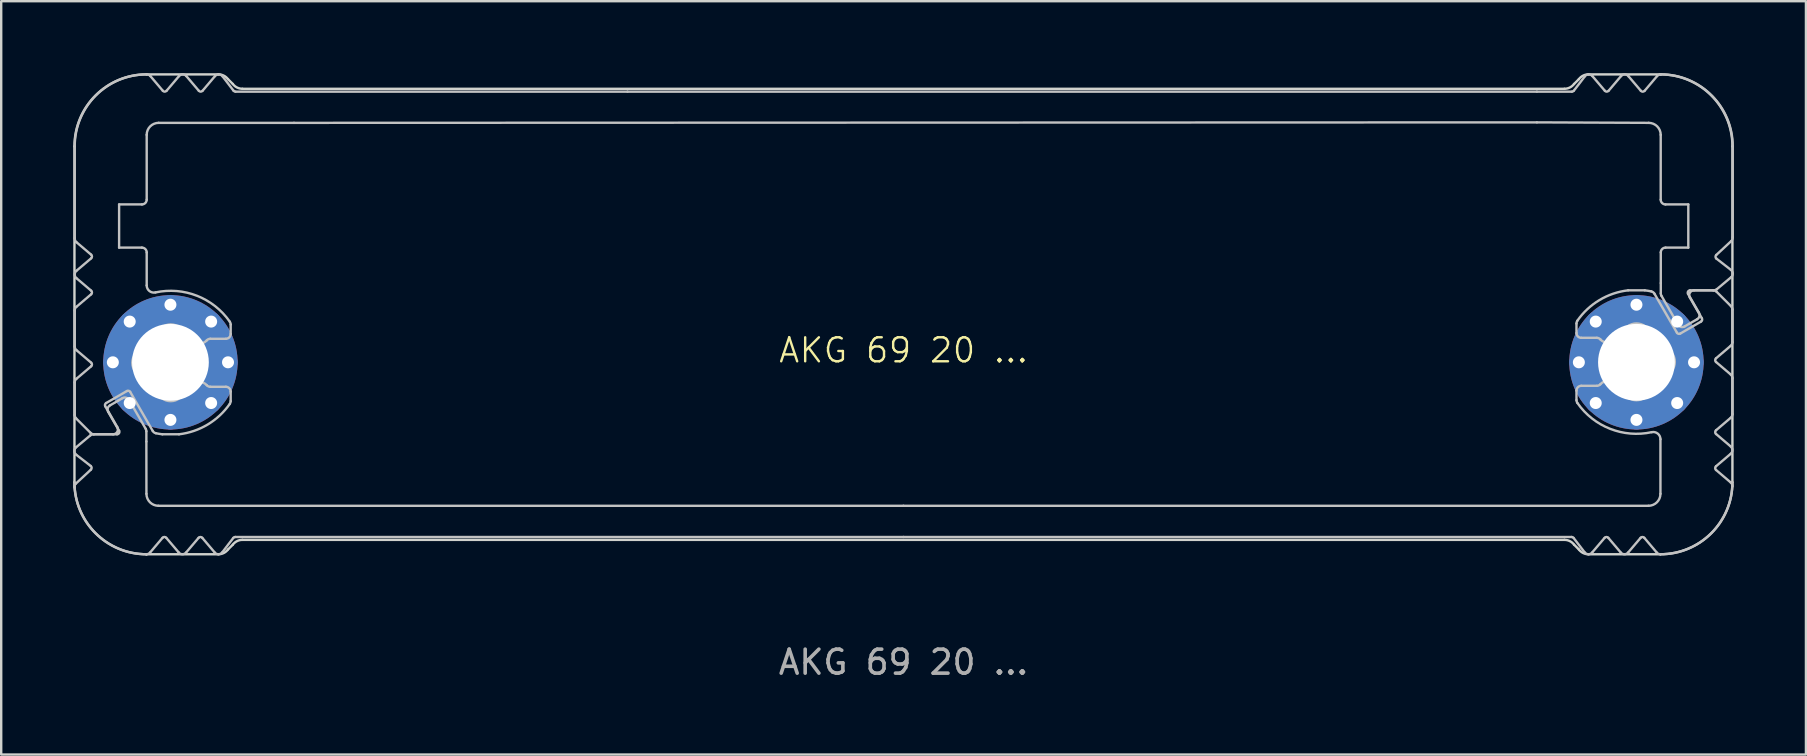
<source format=kicad_pcb>
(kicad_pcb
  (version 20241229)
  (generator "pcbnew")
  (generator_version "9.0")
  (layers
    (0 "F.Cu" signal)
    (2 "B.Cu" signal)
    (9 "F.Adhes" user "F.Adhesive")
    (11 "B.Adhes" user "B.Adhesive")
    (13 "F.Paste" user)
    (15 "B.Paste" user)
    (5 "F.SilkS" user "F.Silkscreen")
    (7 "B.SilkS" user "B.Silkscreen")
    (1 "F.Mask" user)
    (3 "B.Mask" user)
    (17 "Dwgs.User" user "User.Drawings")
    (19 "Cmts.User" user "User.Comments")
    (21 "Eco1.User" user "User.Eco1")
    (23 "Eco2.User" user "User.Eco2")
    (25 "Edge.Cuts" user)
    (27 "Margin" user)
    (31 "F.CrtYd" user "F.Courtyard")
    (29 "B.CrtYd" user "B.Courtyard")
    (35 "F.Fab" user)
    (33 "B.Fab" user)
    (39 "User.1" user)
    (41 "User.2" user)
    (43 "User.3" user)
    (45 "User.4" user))
  (footprint "AKG 69 20 ..."
    (layer "F.Cu")
    (at 34.603 12.05)
    (property "Reference" "AKG 69 20 ..." (at 0 -0.5 0) (unlocked yes) (layer "F.SilkS") (effects (font (size 1 1) (thickness 0.1))))
    (attr exclude_from_pos_files dnp)
    (fp_rect (start -27.096 -11.3) (end 26.604 -10) (stroke (width 0.1) (type solid)) (fill yes) (layer "B.Mask"))
    (fp_rect (start -26.596 6) (end 25.604 7.3) (stroke (width 0.1) (type solid)) (fill yes) (layer "B.Mask"))
    (fp_poly (pts (xy -27.896 -11.3) (xy -26.996 -11.3) (xy -26.996 -10) (xy -31.496 -10) (xy -31.496 -12) (xy -30.796 -11.2) (xy -30.046 -12) (xy -29.296 -11.2) (xy -28.546 -12)) (stroke (width 0.1) (type solid)) (fill yes) (layer "B.Mask"))
    (fp_poly (pts (xy -27.896 7.3) (xy -26.496 7.3) (xy -26.496 6) (xy -31.496 6) (xy -31.496 8) (xy -30.796 7.2) (xy -30.046 8) (xy -29.296 7.2) (xy -28.546 8)) (stroke (width 0.1) (type solid)) (fill yes) (layer "B.Mask"))
    (fp_poly (pts (xy 27.904 -11.3) (xy 26.504 -11.3) (xy 26.504 -10) (xy 31.504 -10) (xy 31.504 -12) (xy 30.804 -11.2) (xy 30.054 -12) (xy 29.304 -11.2) (xy 28.554 -12)) (stroke (width 0.1) (type solid)) (fill yes) (layer "B.Mask"))
    (fp_poly (pts (xy 27.904 7.3) (xy 25.504 7.3) (xy 25.504 6) (xy 31.504 6) (xy 31.504 8) (xy 30.804 7.2) (xy 30.054 8) (xy 29.304 7.2) (xy 28.554 8)) (stroke (width 0.1) (type solid)) (fill yes) (layer "B.Mask"))
    (fp_poly (pts (xy -31.596 6.7) (xy -31.596 4.7) (xy -31.596 0.1) (xy -33.696 0.1) (xy -34.496 0.8) (xy -34.496 2.2) (xy -33.696 3) (xy -34.496 3.7) (xy -33.696 4.4) (xy -34.496 5.1) (xy -34.496 8) (xy -31.596 8)) (stroke (width 0.1) (type solid)) (fill yes) (layer "B.Mask"))
    (fp_poly (pts (xy 31.604 6.7) (xy 31.604 4.7) (xy 31.604 -0.1) (xy 33.704 -0.1) (xy 34.504 0.6) (xy 34.504 2.2) (xy 33.604 2.9) (xy 34.504 3.7) (xy 33.704 4.4) (xy 34.504 5.1) (xy 34.504 8) (xy 31.604 8)) (stroke (width 0.1) (type solid)) (fill yes) (layer "B.Mask"))
    (fp_poly (pts (xy -31.596 -6.7) (xy -32.696 -6.7) (xy -32.696 -4.7) (xy -31.596 -4.7) (xy -31.596 0.1) (xy -33.696 0.1) (xy -34.496 -0.6) (xy -34.496 -2.2) (xy -33.596 -2.9) (xy -34.496 -3.7) (xy -33.696 -4.4) (xy -34.496 -5.1) (xy -34.496 -12) (xy -31.596 -12)) (stroke (width 0.1) (type solid)) (fill yes) (layer "B.Mask"))
    (fp_poly (pts (xy 31.604 -6.7) (xy 32.704 -6.7) (xy 32.704 -4.7) (xy 31.604 -4.7) (xy 31.604 -0.1) (xy 33.704 -0.1) (xy 34.504 -0.8) (xy 34.504 -2.2) (xy 33.704 -3) (xy 34.504 -3.7) (xy 33.704 -4.4) (xy 34.504 -5.1) (xy 34.504 -12) (xy 31.604 -12)) (stroke (width 0.1) (type solid)) (fill yes) (layer "B.Mask"))
    (fp_line (start -34.539 -0.66) (end -34.539 -2.16) (stroke (width 0.1) (type solid)) (layer "Dwgs.User"))
    (fp_line (start -34.539 2.197) (end -34.539 0.84) (stroke (width 0.1) (type solid)) (layer "Dwgs.User"))
    (fp_line (start -34.539 -5.171) (end -34.539 -9) (stroke (width 0.1) (type solid)) (layer "Dwgs.User"))
    (fp_line (start -34.489 5.053) (end -33.865 4.473) (stroke (width 0.1) (type solid)) (layer "Dwgs.User"))
    (fp_line (start -34.483 3.543) (end -33.889 3.046) (stroke (width 0.1) (type solid)) (layer "Dwgs.User"))
    (fp_line (start -34.469 -3.812) (end -33.855 -4.334) (stroke (width 0.1) (type solid)) (layer "Dwgs.User"))
    (fp_line (start -34.469 -2.312) (end -33.855 -2.834) (stroke (width 0.1) (type solid)) (layer "Dwgs.User"))
    (fp_line (start -34.469 0.688) (end -33.855 0.166) (stroke (width 0.1) (type solid)) (layer "Dwgs.User"))
    (fp_line (start -33.878 2.941) (end -34.481 2.339) (stroke (width 0.1) (type solid)) (layer "Dwgs.User"))
    (fp_line (start -33.872 4.321) (end -34.475 3.853) (stroke (width 0.1) (type solid)) (layer "Dwgs.User"))
    (fp_line (start -33.855 -4.486) (end -34.469 -5.008) (stroke (width 0.1) (type solid)) (layer "Dwgs.User"))
    (fp_line (start -33.855 -2.986) (end -34.469 -3.508) (stroke (width 0.1) (type solid)) (layer "Dwgs.User"))
    (fp_line (start -33.855 0.014) (end -34.469 -0.508) (stroke (width 0.1) (type solid)) (layer "Dwgs.User"))
    (fp_line (start -33.76 3) (end -32.777 3) (stroke (width 0.1) (type solid)) (layer "Dwgs.User"))
    (fp_line (start -33.266 1.834) (end -32.766 2.7) (stroke (width 0.1) (type solid)) (layer "Dwgs.User"))
    (fp_line (start -33.068 1.795) (end -32.733 1.602) (stroke (width 0.1) (type solid)) (layer "Dwgs.User"))
    (fp_line (start -32.939 3) (end -33.736 3) (stroke (width 0.1) (type solid)) (layer "Dwgs.User"))
    (fp_line (start -32.733 1.602) (end -32.549 1.495) (stroke (width 0.1) (type solid)) (layer "Dwgs.User"))
    (fp_line (start -32.69 2.85) (end -33.142 2.068) (stroke (width 0.1) (type solid)) (layer "Dwgs.User"))
    (fp_line (start -32.689 -6.58) (end -32.689 -4.78) (stroke (width 0.1) (type solid)) (layer "Dwgs.User"))
    (fp_line (start -32.689 -4.78) (end -31.739 -4.78) (stroke (width 0.1) (type solid)) (layer "Dwgs.User"))
    (fp_line (start -32.363 1.197) (end -33.229 1.697) (stroke (width 0.1) (type solid)) (layer "Dwgs.User"))
    (fp_line (start -32.275 1.568) (end -31.58 2.773) (stroke (width 0.1) (type solid)) (layer "Dwgs.User"))
    (fp_line (start -31.739 -6.58) (end -32.689 -6.58) (stroke (width 0.1) (type solid)) (layer "Dwgs.User"))
    (fp_line (start -31.553 2.873) (end -31.553 3.3) (stroke (width 0.1) (type solid)) (layer "Dwgs.User"))
    (fp_line (start -31.553 3.305) (end -31.55 5.48) (stroke (width 0.1) (type solid)) (layer "Dwgs.User"))
    (fp_line (start -31.552 8) (end -31.552 8) (stroke (width 0.1) (type solid)) (layer "Dwgs.User"))
    (fp_line (start -31.551 8) (end -31.552 8) (stroke (width 0.1) (type solid)) (layer "Dwgs.User"))
    (fp_line (start -31.539 -9.48) (end -31.539 -6.78) (stroke (width 0.1) (type solid)) (layer "Dwgs.User"))
    (fp_line (start -31.539 -4.58) (end -31.539 -3.205) (stroke (width 0.1) (type solid)) (layer "Dwgs.User"))
    (fp_line (start -31.386 -11.929) (end -30.865 -11.315) (stroke (width 0.1) (type solid)) (layer "Dwgs.User"))
    (fp_line (start -31.288 2.86) (end -32.227 1.234) (stroke (width 0.1) (type solid)) (layer "Dwgs.User"))
    (fp_line (start -31.05 5.98) (end 0 5.98) (stroke (width 0.1) (type solid)) (layer "Dwgs.User"))
    (fp_line (start -30.879 7.315) (end -31.399 7.929) (stroke (width 0.1) (type solid)) (layer "Dwgs.User"))
    (fp_line (start -30.713 -11.315) (end -30.192 -11.929) (stroke (width 0.1) (type solid)) (layer "Dwgs.User"))
    (fp_line (start -30.214 7.914) (end -30.724 7.315) (stroke (width 0.1) (type solid)) (layer "Dwgs.User"))
    (fp_line (start -30.193 3) (end -30.885 3) (stroke (width 0.1) (type solid)) (layer "Dwgs.User"))
    (fp_line (start -29.887 -11.929) (end -29.365 -11.315) (stroke (width 0.1) (type solid)) (layer "Dwgs.User"))
    (fp_line (start -29.376 7.315) (end -29.898 7.929) (stroke (width 0.1) (type solid)) (layer "Dwgs.User"))
    (fp_line (start -29.213 -11.315) (end -28.692 -11.929) (stroke (width 0.1) (type solid)) (layer "Dwgs.User"))
    (fp_line (start -28.888 1.02) (end -28.239 1.02) (stroke (width 0.1) (type solid)) (layer "Dwgs.User"))
    (fp_line (start -28.703 7.929) (end -29.224 7.315) (stroke (width 0.1) (type solid)) (layer "Dwgs.User"))
    (fp_line (start -28.38 -11.922) (end -27.919 -11.319) (stroke (width 0.1) (type solid)) (layer "Dwgs.User"))
    (fp_line (start -28.239 -0.98) (end -28.888 -0.98) (stroke (width 0.1) (type solid)) (layer "Dwgs.User"))
    (fp_line (start -28.039 -1.577) (end -28.039 -1.18) (stroke (width 0.1) (type solid)) (layer "Dwgs.User"))
    (fp_line (start -28.039 1.22) (end -28.039 1.617) (stroke (width 0.1) (type solid)) (layer "Dwgs.User"))
    (fp_line (start -27.929 7.319) (end -28.391 7.922) (stroke (width 0.1) (type solid)) (layer "Dwgs.User"))
    (fp_line (start -27.839 -11.28) (end -11.5 -11.28) (stroke (width 0.1) (type solid)) (layer "Dwgs.User"))
    (fp_line (start -25.4 -9.98) (end -31.039 -9.98) (stroke (width 0.1) (type solid)) (layer "Dwgs.User"))
    (fp_line (start -11.5 -11.28) (end 26.4 -11.28) (stroke (width 0.1) (type solid)) (layer "Dwgs.User"))
    (fp_line (start 0 5.98) (end 31.05 5.98) (stroke (width 0.1) (type solid)) (layer "Dwgs.User"))
    (fp_line (start 0 7.28) (end -27.85 7.28) (stroke (width 0.1) (type solid)) (layer "Dwgs.User"))
    (fp_line (start 0 7.28) (end 27.85 7.28) (stroke (width 0.1) (type solid)) (layer "Dwgs.User"))
    (fp_line (start 26.4 -11.28) (end 27.859 -11.28) (stroke (width 0.1) (type solid)) (layer "Dwgs.User"))
    (fp_line (start 26.4 -10) (end -25.4 -9.98) (stroke (width 0.1) (type solid)) (layer "Dwgs.User"))
    (fp_line (start 27.94 -11.319) (end 28.402 -11.922) (stroke (width 0.1) (type solid)) (layer "Dwgs.User"))
    (fp_line (start 28.05 -1.22) (end 28.05 -1.617) (stroke (width 0.1) (type solid)) (layer "Dwgs.User"))
    (fp_line (start 28.05 1.577) (end 28.05 1.18) (stroke (width 0.1) (type solid)) (layer "Dwgs.User"))
    (fp_line (start 28.25 0.98) (end 28.899 0.98) (stroke (width 0.1) (type solid)) (layer "Dwgs.User"))
    (fp_line (start 28.391 7.922) (end 27.929 7.319) (stroke (width 0.1) (type solid)) (layer "Dwgs.User"))
    (fp_line (start 28.713 -11.929) (end 29.235 -11.315) (stroke (width 0.1) (type solid)) (layer "Dwgs.User"))
    (fp_line (start 28.899 -1.02) (end 28.25 -1.02) (stroke (width 0.1) (type solid)) (layer "Dwgs.User"))
    (fp_line (start 29.224 7.315) (end 28.702 7.929) (stroke (width 0.1) (type solid)) (layer "Dwgs.User"))
    (fp_line (start 29.387 -11.315) (end 29.908 -11.929) (stroke (width 0.1) (type solid)) (layer "Dwgs.User"))
    (fp_line (start 29.897 7.929) (end 29.376 7.315) (stroke (width 0.1) (type solid)) (layer "Dwgs.User"))
    (fp_line (start 30.204 -3) (end 30.896 -3) (stroke (width 0.1) (type solid)) (layer "Dwgs.User"))
    (fp_line (start 30.225 -11.914) (end 30.735 -11.315) (stroke (width 0.1) (type solid)) (layer "Dwgs.User"))
    (fp_line (start 30.724 7.315) (end 30.202 7.929) (stroke (width 0.1) (type solid)) (layer "Dwgs.User"))
    (fp_line (start 30.89 -11.315) (end 31.41 -11.929) (stroke (width 0.1) (type solid)) (layer "Dwgs.User"))
    (fp_line (start 31.061 -9.98) (end 26.4 -10) (stroke (width 0.1) (type solid)) (layer "Dwgs.User"))
    (fp_line (start 31.299 -2.86) (end 32.238 -1.234) (stroke (width 0.1) (type solid)) (layer "Dwgs.User"))
    (fp_line (start 31.396 7.929) (end 30.876 7.315) (stroke (width 0.1) (type solid)) (layer "Dwgs.User"))
    (fp_line (start 31.55 5.48) (end 31.55 3.205) (stroke (width 0.1) (type solid)) (layer "Dwgs.User"))
    (fp_line (start 31.561 -6.78) (end 31.561 -9.48) (stroke (width 0.1) (type solid)) (layer "Dwgs.User"))
    (fp_line (start 31.562 -12) (end 31.562 -12) (stroke (width 0.1) (type solid)) (layer "Dwgs.User"))
    (fp_line (start 31.562 -12) (end 31.563 -12) (stroke (width 0.1) (type solid)) (layer "Dwgs.User"))
    (fp_line (start 31.564 -3.305) (end 31.564 -4.58) (stroke (width 0.1) (type solid)) (layer "Dwgs.User"))
    (fp_line (start 31.564 -2.873) (end 31.564 -3.3) (stroke (width 0.1) (type solid)) (layer "Dwgs.User"))
    (fp_line (start 31.764 -4.78) (end 32.711 -4.78) (stroke (width 0.1) (type solid)) (layer "Dwgs.User"))
    (fp_line (start 32.286 -1.568) (end 31.591 -2.773) (stroke (width 0.1) (type solid)) (layer "Dwgs.User"))
    (fp_line (start 32.374 -1.197) (end 33.24 -1.697) (stroke (width 0.1) (type solid)) (layer "Dwgs.User"))
    (fp_line (start 32.701 -2.85) (end 33.152 -2.068) (stroke (width 0.1) (type solid)) (layer "Dwgs.User"))
    (fp_line (start 32.711 -6.58) (end 31.761 -6.58) (stroke (width 0.1) (type solid)) (layer "Dwgs.User"))
    (fp_line (start 32.711 -4.78) (end 32.711 -6.58) (stroke (width 0.1) (type solid)) (layer "Dwgs.User"))
    (fp_line (start 32.744 -1.602) (end 32.559 -1.495) (stroke (width 0.1) (type solid)) (layer "Dwgs.User"))
    (fp_line (start 32.95 -3) (end 33.747 -3) (stroke (width 0.1) (type solid)) (layer "Dwgs.User"))
    (fp_line (start 33.079 -1.795) (end 32.744 -1.602) (stroke (width 0.1) (type solid)) (layer "Dwgs.User"))
    (fp_line (start 33.277 -1.834) (end 32.777 -2.7) (stroke (width 0.1) (type solid)) (layer "Dwgs.User"))
    (fp_line (start 33.771 -3) (end 32.788 -3) (stroke (width 0.1) (type solid)) (layer "Dwgs.User"))
    (fp_line (start 33.865 -0.014) (end 34.479 0.508) (stroke (width 0.1) (type solid)) (layer "Dwgs.User"))
    (fp_line (start 33.865 2.986) (end 34.479 3.508) (stroke (width 0.1) (type solid)) (layer "Dwgs.User"))
    (fp_line (start 33.865 4.486) (end 34.479 5.008) (stroke (width 0.1) (type solid)) (layer "Dwgs.User"))
    (fp_line (start 33.883 -4.321) (end 34.486 -3.853) (stroke (width 0.1) (type solid)) (layer "Dwgs.User"))
    (fp_line (start 33.889 -2.941) (end 34.491 -2.339) (stroke (width 0.1) (type solid)) (layer "Dwgs.User"))
    (fp_line (start 34.479 -0.688) (end 33.865 -0.166) (stroke (width 0.1) (type solid)) (layer "Dwgs.User"))
    (fp_line (start 34.479 2.312) (end 33.865 2.834) (stroke (width 0.1) (type solid)) (layer "Dwgs.User"))
    (fp_line (start 34.479 3.812) (end 33.865 4.334) (stroke (width 0.1) (type solid)) (layer "Dwgs.User"))
    (fp_line (start 34.493 -3.543) (end 33.899 -3.047) (stroke (width 0.1) (type solid)) (layer "Dwgs.User"))
    (fp_line (start 34.5 -5.053) (end 33.876 -4.473) (stroke (width 0.1) (type solid)) (layer "Dwgs.User"))
    (fp_line (start 34.55 -2.197) (end 34.55 -0.84) (stroke (width 0.1) (type solid)) (layer "Dwgs.User"))
    (fp_line (start 34.55 0.66) (end 34.55 2.16) (stroke (width 0.1) (type solid)) (layer "Dwgs.User"))
    (fp_line (start 34.563 -9) (end 34.563 -5.215) (stroke (width 0.1) (type solid)) (layer "Dwgs.User"))
    (fp_arc (start -34.552431 5.214496) (mid -34.53921 5.126511) (end -34.489103 5.05299) (stroke (width 0.1) (type solid)) (layer "Dwgs.User"))
    (fp_arc (start -34.53919 -2.16003) (mid -34.520691 -2.24403) (end -34.468628 -2.312496) (stroke (width 0.1) (type solid)) (layer "Dwgs.User"))
    (fp_arc (start -34.53919 0.83997) (mid -34.520691 0.75597) (end -34.468628 0.687504) (stroke (width 0.1) (type solid)) (layer "Dwgs.User"))
    (fp_arc (start -34.538629 -9.00003) (mid -33.659776 -11.121528) (end -31.538132 -12.00003) (stroke (width 0.1) (type solid)) (layer "Dwgs.User"))
    (fp_arc (start -34.480611 2.338548) (mid -34.523952 2.273658) (end -34.53919 2.197127) (stroke (width 0.1) (type solid)) (layer "Dwgs.User"))
    (fp_arc (start -34.475499 3.853059) (mid -34.552937 3.699538) (end -34.482592 3.542641) (stroke (width 0.1) (type solid)) (layer "Dwgs.User"))
    (fp_arc (start -34.468628 -5.007564) (mid -34.523021 -5.081251) (end -34.538863 -5.171459) (stroke (width 0.1) (type solid)) (layer "Dwgs.User"))
    (fp_arc (start -34.468628 -3.507564) (mid -34.539188 -3.66003) (end -34.468628 -3.812496) (stroke (width 0.1) (type solid)) (layer "Dwgs.User"))
    (fp_arc (start -34.468628 -0.507564) (mid -34.520694 -0.576029) (end -34.53919 -0.66003) (stroke (width 0.1) (type solid)) (layer "Dwgs.User"))
    (fp_arc (start -33.888668 3.046481) (mid -33.828648 3.011946) (end -33.760445 2.99997) (stroke (width 0.1) (type solid)) (layer "Dwgs.User"))
    (fp_arc (start -33.871739 4.320925) (mid -33.833088 4.395508) (end -33.864937 4.473239) (stroke (width 0.1) (type solid)) (layer "Dwgs.User"))
    (fp_arc (start -33.854583 -4.486263) (mid -33.819295 -4.41003) (end -33.854583 -4.333797) (stroke (width 0.1) (type solid)) (layer "Dwgs.User"))
    (fp_arc (start -33.854583 -2.986263) (mid -33.819295 -2.91003) (end -33.854583 -2.833797) (stroke (width 0.1) (type solid)) (layer "Dwgs.User"))
    (fp_arc (start -33.854583 0.013737) (mid -33.819295 0.08997) (end -33.854583 0.166203) (stroke (width 0.1) (type solid)) (layer "Dwgs.User"))
    (fp_arc (start -33.736347 2.99997) (mid -33.812877 2.984729) (end -33.877769 2.941391) (stroke (width 0.1) (type solid)) (layer "Dwgs.User"))
    (fp_arc (start -33.265985 1.833944) (mid -33.275952 1.758068) (end -33.229382 1.697342) (stroke (width 0.1) (type solid)) (layer "Dwgs.User"))
    (fp_arc (start -33.141514 2.068343) (mid -33.161468 1.916586) (end -33.068309 1.795138) (stroke (width 0.1) (type solid)) (layer "Dwgs.User"))
    (fp_arc (start -32.765985 2.69997) (mid -32.765978 2.899974) (end -32.93919 2.99997) (stroke (width 0.1) (type solid)) (layer "Dwgs.User"))
    (fp_arc (start -32.690241 2.84997) (mid -32.690233 2.949974) (end -32.776844 2.99997) (stroke (width 0.1) (type solid)) (layer "Dwgs.User"))
    (fp_arc (start -32.548694 1.495138) (mid -32.396932 1.475166) (end -32.275489 1.568343) (stroke (width 0.1) (type solid)) (layer "Dwgs.User"))
    (fp_arc (start -32.363357 1.197342) (mid -32.287484 1.187387) (end -32.226754 1.233944) (stroke (width 0.1) (type solid)) (layer "Dwgs.User"))
    (fp_arc (start -31.73919 -4.78003) (mid -31.597772 -4.721448) (end -31.53919 -4.58003) (stroke (width 0.1) (type solid)) (layer "Dwgs.User"))
    (fp_arc (start -31.70419 -0.556897) (mid -31.458426 -0.899266) (end -31.116057 -1.14503) (stroke (width 0.1) (type solid)) (layer "Dwgs.User"))
    (fp_arc (start -31.70419 0.596836) (mid -32.13919 0.019969) (end -31.70419 -0.556897) (stroke (width 0.1) (type solid)) (layer "Dwgs.User"))
    (fp_arc (start -31.579787 2.773333) (mid -31.559797 2.821567) (end -31.552992 2.873333) (stroke (width 0.1) (type solid)) (layer "Dwgs.User"))
    (fp_arc (start -31.551935 7.99997) (mid -33.673559 7.121448) (end -34.552431 4.99997) (stroke (width 0.1) (type solid)) (layer "Dwgs.User"))
    (fp_arc (start -31.53919 -9.48003) (mid -31.392738 -9.833578) (end -31.03919 -9.98003) (stroke (width 0.1) (type solid)) (layer "Dwgs.User"))
    (fp_arc (start -31.53919 -6.78003) (mid -31.597762 -6.638602) (end -31.73919 -6.58003) (stroke (width 0.1) (type solid)) (layer "Dwgs.User"))
    (fp_arc (start -31.538132 -12.00003) (mid -31.454059 -11.98147) (end -31.385563 -11.929306) (stroke (width 0.1) (type solid)) (layer "Dwgs.User"))
    (fp_arc (start -31.399192 7.929246) (mid -31.467408 7.9813) (end -31.551161 7.999969) (stroke (width 0.1) (type solid)) (layer "Dwgs.User"))
    (fp_arc (start -31.175554 -2.911761) (mid -31.427487 -2.97138) (end -31.53919 -3.204934) (stroke (width 0.1) (type solid)) (layer "Dwgs.User"))
    (fp_arc (start -31.175554 -2.911761) (mid -29.440142 -2.771458) (end -28.074904 -1.690965) (stroke (width 0.1) (type solid)) (layer "Dwgs.User"))
    (fp_arc (start -31.155732 2.955932) (mid -31.231984 2.922143) (end -31.287834 2.860201) (stroke (width 0.1) (type solid)) (layer "Dwgs.User"))
    (fp_arc (start -31.116057 -1.14503) (mid -30.53919 -1.58003) (end -29.962323 -1.14503) (stroke (width 0.1) (type solid)) (layer "Dwgs.User"))
    (fp_arc (start -31.116057 1.18497) (mid -31.45843 0.939209) (end -31.70419 0.596836) (stroke (width 0.1) (type solid)) (layer "Dwgs.User"))
    (fp_arc (start -31.050049 5.97997) (mid -31.403577 5.833498) (end -31.550049 5.47997) (stroke (width 0.1) (type solid)) (layer "Dwgs.User"))
    (fp_arc (start -30.885022 2.99997) (mid -31.020881 2.981048) (end -31.155732 2.955932) (stroke (width 0.1) (type solid)) (layer "Dwgs.User"))
    (fp_arc (start -30.879121 7.315332) (mid -30.801541 7.278264) (end -30.723885 7.315171) (stroke (width 0.1) (type solid)) (layer "Dwgs.User"))
    (fp_arc (start -30.712951 -11.315318) (mid -30.789181 -11.280019) (end -30.865417 -11.315305) (stroke (width 0.1) (type solid)) (layer "Dwgs.User"))
    (fp_arc (start -30.191667 -11.929455) (mid -30.03919 -12.000029) (end -29.886712 -11.929455) (stroke (width 0.1) (type solid)) (layer "Dwgs.User"))
    (fp_arc (start -29.962323 -1.14503) (mid -29.780199 -1.035459) (end -29.618362 -0.897677) (stroke (width 0.1) (type solid)) (layer "Dwgs.User"))
    (fp_arc (start -29.962323 1.18497) (mid -30.53919 1.61997) (end -31.116057 1.18497) (stroke (width 0.1) (type solid)) (layer "Dwgs.User"))
    (fp_arc (start -29.897571 7.929394) (mid -30.059557 7.999707) (end -30.214131 7.914325) (stroke (width 0.1) (type solid)) (layer "Dwgs.User"))
    (fp_arc (start -29.618362 0.937617) (mid -29.780203 1.075392) (end -29.962323 1.18497) (stroke (width 0.1) (type solid)) (layer "Dwgs.User"))
    (fp_arc (start -29.618362 0.937617) (mid -29.324243 0.820096) (end -29.036888 0.953303) (stroke (width 0.1) (type solid)) (layer "Dwgs.User"))
    (fp_arc (start -29.376288 7.315258) (mid -29.300049 7.27997) (end -29.22381 7.315258) (stroke (width 0.1) (type solid)) (layer "Dwgs.User"))
    (fp_arc (start -29.212951 -11.315318) (mid -29.28919 -11.28003) (end -29.365429 -11.315318) (stroke (width 0.1) (type solid)) (layer "Dwgs.User"))
    (fp_arc (start -29.036888 -0.913364) (mid -29.324244 -0.780195) (end -29.618362 -0.897677) (stroke (width 0.1) (type solid)) (layer "Dwgs.User"))
    (fp_arc (start -29.036888 -0.913364) (mid -28.969468 -0.962607) (end -28.887817 -0.98003) (stroke (width 0.1) (type solid)) (layer "Dwgs.User"))
    (fp_arc (start -28.887817 1.01997) (mid -28.969464 1.002537) (end -29.036888 0.953303) (stroke (width 0.1) (type solid)) (layer "Dwgs.User"))
    (fp_arc (start -28.691667 -11.929455) (mid -28.534216 -11.999958) (end -28.380466 -11.921713) (stroke (width 0.1) (type solid)) (layer "Dwgs.User"))
    (fp_arc (start -28.391325 7.921653) (mid -28.545076 7.999873) (end -28.702527 7.929394) (stroke (width 0.1) (type solid)) (layer "Dwgs.User"))
    (fp_arc (start -28.23919 1.01997) (mid -28.097772 1.078552) (end -28.03919 1.21997) (stroke (width 0.1) (type solid)) (layer "Dwgs.User"))
    (fp_arc (start -28.074904 -1.690965) (mid -28.048333 -1.636662) (end -28.03919 -1.576902) (stroke (width 0.1) (type solid)) (layer "Dwgs.User"))
    (fp_arc (start -28.074904 1.730904) (mid -28.997492 2.593529) (end -30.193358 2.99997) (stroke (width 0.1) (type solid)) (layer "Dwgs.User"))
    (fp_arc (start -28.03919 -1.18003) (mid -28.097762 -1.038602) (end -28.23919 -0.98003) (stroke (width 0.1) (type solid)) (layer "Dwgs.User"))
    (fp_arc (start -28.03919 1.616842) (mid -28.048317 1.676607) (end -28.074904 1.730904) (stroke (width 0.1) (type solid)) (layer "Dwgs.User"))
    (fp_arc (start -27.929411 7.319129) (mid -27.894304 7.290279) (end -27.850049 7.27997) (stroke (width 0.1) (type solid)) (layer "Dwgs.User"))
    (fp_arc (start -27.83919 -11.28003) (mid -27.88344 -11.29035) (end -27.918552 -11.319189) (stroke (width 0.1) (type solid)) (layer "Dwgs.User"))
    (fp_arc (start 27.849951 7.27997) (mid 27.894205 7.290294) (end 27.929313 7.319129) (stroke (width 0.1) (type solid)) (layer "Dwgs.User"))
    (fp_arc (start 27.940172 -11.319189) (mid 27.905062 -11.290341) (end 27.86081 -11.28003) (stroke (width 0.1) (type solid)) (layer "Dwgs.User"))
    (fp_arc (start 28.049951 -1.616902) (mid 28.059091 -1.676662) (end 28.085665 -1.730964) (stroke (width 0.1) (type solid)) (layer "Dwgs.User"))
    (fp_arc (start 28.049951 1.17997) (mid 28.108508 1.038521) (end 28.249951 0.97997) (stroke (width 0.1) (type solid)) (layer "Dwgs.User"))
    (fp_arc (start 28.085665 -1.730964) (mid 29.00825 -2.593594) (end 30.204119 -3.00003) (stroke (width 0.1) (type solid)) (layer "Dwgs.User"))
    (fp_arc (start 28.085665 1.690905) (mid 28.059083 1.636604) (end 28.049951 1.576842) (stroke (width 0.1) (type solid)) (layer "Dwgs.User"))
    (fp_arc (start 28.249951 -1.02003) (mid 28.108537 -1.078622) (end 28.049951 -1.22003) (stroke (width 0.1) (type solid)) (layer "Dwgs.User"))
    (fp_arc (start 28.402086 -11.921713) (mid 28.555833 -11.999949) (end 28.713288 -11.929455) (stroke (width 0.1) (type solid)) (layer "Dwgs.User"))
    (fp_arc (start 28.702429 7.929394) (mid 28.544997 7.999846) (end 28.391227 7.921653) (stroke (width 0.1) (type solid)) (layer "Dwgs.User"))
    (fp_arc (start 28.898578 -1.02003) (mid 28.980228 -1.002607) (end 29.047649 -0.953363) (stroke (width 0.1) (type solid)) (layer "Dwgs.User"))
    (fp_arc (start 29.047649 0.913304) (mid 28.980221 0.96252) (end 28.898578 0.97997) (stroke (width 0.1) (type solid)) (layer "Dwgs.User"))
    (fp_arc (start 29.047649 0.913304) (mid 29.335007 0.78012) (end 29.629123 0.897617) (stroke (width 0.1) (type solid)) (layer "Dwgs.User"))
    (fp_arc (start 29.223712 7.315258) (mid 29.299951 7.27997) (end 29.37619 7.315258) (stroke (width 0.1) (type solid)) (layer "Dwgs.User"))
    (fp_arc (start 29.387049 -11.315318) (mid 29.31081 -11.28003) (end 29.234571 -11.315318) (stroke (width 0.1) (type solid)) (layer "Dwgs.User"))
    (fp_arc (start 29.629123 -0.937677) (mid 29.335008 -0.820173) (end 29.047649 -0.953363) (stroke (width 0.1) (type solid)) (layer "Dwgs.User"))
    (fp_arc (start 29.629123 -0.937677) (mid 29.790962 -1.075457) (end 29.973084 -1.18503) (stroke (width 0.1) (type solid)) (layer "Dwgs.User"))
    (fp_arc (start 29.908333 -11.929455) (mid 30.070316 -11.999785) (end 30.224892 -11.914385) (stroke (width 0.1) (type solid)) (layer "Dwgs.User"))
    (fp_arc (start 29.973084 -1.18503) (mid 30.549951 -1.62003) (end 31.126818 -1.18503) (stroke (width 0.1) (type solid)) (layer "Dwgs.User"))
    (fp_arc (start 29.973084 1.14497) (mid 29.790965 1.035392) (end 29.629123 0.897617) (stroke (width 0.1) (type solid)) (layer "Dwgs.User"))
    (fp_arc (start 30.202429 7.929394) (mid 30.049951 7.99997) (end 29.897473 7.929394) (stroke (width 0.1) (type solid)) (layer "Dwgs.User"))
    (fp_arc (start 30.723712 7.315258) (mid 30.799959 7.279908) (end 30.876178 7.315245) (stroke (width 0.1) (type solid)) (layer "Dwgs.User"))
    (fp_arc (start 30.889882 -11.315392) (mid 30.812303 -11.278341) (end 30.734646 -11.315231) (stroke (width 0.1) (type solid)) (layer "Dwgs.User"))
    (fp_arc (start 30.895783 -3.00003) (mid 31.031642 -2.981106) (end 31.166493 -2.955992) (stroke (width 0.1) (type solid)) (layer "Dwgs.User"))
    (fp_arc (start 31.06081 -9.98003) (mid 31.414368 -9.833582) (end 31.56081 -9.48003) (stroke (width 0.1) (type solid)) (layer "Dwgs.User"))
    (fp_arc (start 31.126818 -1.18503) (mid 31.469179 -0.939258) (end 31.714951 -0.596896) (stroke (width 0.1) (type solid)) (layer "Dwgs.User"))
    (fp_arc (start 31.126818 1.14497) (mid 30.549951 1.57997) (end 29.973084 1.14497) (stroke (width 0.1) (type solid)) (layer "Dwgs.User"))
    (fp_arc (start 31.166493 -2.955992) (mid 31.24276 -2.922223) (end 31.298595 -2.860261) (stroke (width 0.1) (type solid)) (layer "Dwgs.User"))
    (fp_arc (start 31.186315 2.9117) (mid 29.450893 2.771423) (end 28.085665 1.690905) (stroke (width 0.1) (type solid)) (layer "Dwgs.User"))
    (fp_arc (start 31.186315 2.9117) (mid 31.438259 2.971301) (end 31.549951 3.204873) (stroke (width 0.1) (type solid)) (layer "Dwgs.User"))
    (fp_arc (start 31.409953 -11.929306) (mid 31.478162 -11.98138) (end 31.561922 -12.000029) (stroke (width 0.1) (type solid)) (layer "Dwgs.User"))
    (fp_arc (start 31.548893 7.99997) (mid 31.464817 7.981423) (end 31.396324 7.929246) (stroke (width 0.1) (type solid)) (layer "Dwgs.User"))
    (fp_arc (start 31.549951 5.47997) (mid 31.403499 5.833518) (end 31.049951 5.97997) (stroke (width 0.1) (type solid)) (layer "Dwgs.User"))
    (fp_arc (start 31.562696 -12.00003) (mid 33.684342 -11.121531) (end 34.563192 -9.00003) (stroke (width 0.1) (type solid)) (layer "Dwgs.User"))
    (fp_arc (start 31.563753 -4.58003) (mid 31.622345 -4.721413) (end 31.763753 -4.78003) (stroke (width 0.1) (type solid)) (layer "Dwgs.User"))
    (fp_arc (start 31.590548 -2.773393) (mid 31.570561 -2.821628) (end 31.563753 -2.873393) (stroke (width 0.1) (type solid)) (layer "Dwgs.User"))
    (fp_arc (start 31.714951 -0.596896) (mid 32.149993 -0.02003) (end 31.714951 0.556837) (stroke (width 0.1) (type solid)) (layer "Dwgs.User"))
    (fp_arc (start 31.714951 0.556837) (mid 31.469184 0.899202) (end 31.126818 1.14497) (stroke (width 0.1) (type solid)) (layer "Dwgs.User"))
    (fp_arc (start 31.76081 -6.58003) (mid 31.619393 -6.638607) (end 31.56081 -6.78003) (stroke (width 0.1) (type solid)) (layer "Dwgs.User"))
    (fp_arc (start 32.374118 -1.197402) (mid 32.298228 -1.1874) (end 32.237515 -1.234004) (stroke (width 0.1) (type solid)) (layer "Dwgs.User"))
    (fp_arc (start 32.559455 -1.495198) (mid 32.407708 -1.475259) (end 32.28625 -1.568403) (stroke (width 0.1) (type solid)) (layer "Dwgs.User"))
    (fp_arc (start 32.701002 -2.85003) (mid 32.701021 -2.950003) (end 32.787605 -3.00003) (stroke (width 0.1) (type solid)) (layer "Dwgs.User"))
    (fp_arc (start 32.776746 -2.70003) (mid 32.776772 -2.900014) (end 32.949951 -3.00003) (stroke (width 0.1) (type solid)) (layer "Dwgs.User"))
    (fp_arc (start 33.152275 -2.068403) (mid 33.172249 -1.916635) (end 33.07907 -1.795198) (stroke (width 0.1) (type solid)) (layer "Dwgs.User"))
    (fp_arc (start 33.276746 -1.834004) (mid 33.286734 -1.758118) (end 33.240143 -1.697402) (stroke (width 0.1) (type solid)) (layer "Dwgs.User"))
    (fp_arc (start 33.747108 -3.00003) (mid 33.823645 -2.984805) (end 33.88853 -2.941451) (stroke (width 0.1) (type solid)) (layer "Dwgs.User"))
    (fp_arc (start 33.865344 -0.013797) (mid 33.830099 -0.090019) (end 33.865344 -0.166263) (stroke (width 0.1) (type solid)) (layer "Dwgs.User"))
    (fp_arc (start 33.865344 2.986203) (mid 33.830099 2.909981) (end 33.865344 2.833737) (stroke (width 0.1) (type solid)) (layer "Dwgs.User"))
    (fp_arc (start 33.865344 4.486203) (mid 33.830099 4.409981) (end 33.865344 4.333737) (stroke (width 0.1) (type solid)) (layer "Dwgs.User"))
    (fp_arc (start 33.8825 -4.320985) (mid 33.843893 -4.395559) (end 33.875698 -4.473299) (stroke (width 0.1) (type solid)) (layer "Dwgs.User"))
    (fp_arc (start 33.899429 -3.046541) (mid 33.839406 -3.01201) (end 33.771206 -3.00003) (stroke (width 0.1) (type solid)) (layer "Dwgs.User"))
    (fp_arc (start 34.479389 0.507504) (mid 34.531453 0.57597) (end 34.549951 0.65997) (stroke (width 0.1) (type solid)) (layer "Dwgs.User"))
    (fp_arc (start 34.479389 3.507504) (mid 34.549991 3.659981) (end 34.479389 3.812436) (stroke (width 0.1) (type solid)) (layer "Dwgs.User"))
    (fp_arc (start 34.479389 5.007504) (mid 34.533796 5.081185) (end 34.549624 5.171399) (stroke (width 0.1) (type solid)) (layer "Dwgs.User"))
    (fp_arc (start 34.48626 -3.853119) (mid 34.563743 -3.699588) (end 34.493353 -3.542701) (stroke (width 0.1) (type solid)) (layer "Dwgs.User"))
    (fp_arc (start 34.491372 -2.338608) (mid 34.534711 -2.27372) (end 34.549951 -2.197187) (stroke (width 0.1) (type solid)) (layer "Dwgs.User"))
    (fp_arc (start 34.54939 4.99997) (mid 33.670538 7.121469) (end 31.548893 7.99997) (stroke (width 0.1) (type solid)) (layer "Dwgs.User"))
    (fp_arc (start 34.549951 -0.84003) (mid 34.531469 -0.756017) (end 34.479389 -0.687564) (stroke (width 0.1) (type solid)) (layer "Dwgs.User"))
    (fp_arc (start 34.549951 2.15997) (mid 34.531469 2.243983) (end 34.479389 2.312436) (stroke (width 0.1) (type solid)) (layer "Dwgs.User"))
    (fp_arc (start 34.563192 -5.214556) (mid 34.549916 -5.126598) (end 34.499864 -5.05305) (stroke (width 0.1) (type solid)) (layer "Dwgs.User"))
    (fp_rect (start -32.5 -6.48) (end 32.5 -4.88) (stroke (width 0.1) (type solid)) (fill no) (layer "Eco1.User"))
    (fp_line (start -34.55 -9) (end -34.55 5) (stroke (width 0.1) (type solid)) (layer "Edge.Cuts"))
    (fp_line (start -31.55 -12) (end -28.55 -12) (stroke (width 0.1) (type solid)) (layer "Edge.Cuts"))
    (fp_line (start -31.55 8) (end -28.55 8) (stroke (width 0.1) (type solid)) (layer "Edge.Cuts"))
    (fp_line (start -27.95 -11.6) (end -28.15 -11.8) (stroke (width 0.1) (type solid)) (layer "Edge.Cuts"))
    (fp_line (start -27.95 7.6) (end -28.15 7.8) (stroke (width 0.1) (type solid)) (layer "Edge.Cuts"))
    (fp_line (start -27.55 -11.4) (end 27.55 -11.4) (stroke (width 0.1) (type solid)) (layer "Edge.Cuts"))
    (fp_line (start -27.55 7.4) (end 27.55 7.4) (stroke (width 0.1) (type solid)) (layer "Edge.Cuts"))
    (fp_line (start 27.95 -11.6) (end 28.15 -11.8) (stroke (width 0.1) (type solid)) (layer "Edge.Cuts"))
    (fp_line (start 27.95 7.6) (end 28.15 7.8) (stroke (width 0.1) (type solid)) (layer "Edge.Cuts"))
    (fp_line (start 31.55 -12) (end 28.55 -12) (stroke (width 0.1) (type solid)) (layer "Edge.Cuts"))
    (fp_line (start 31.55 8) (end 28.55 8) (stroke (width 0.1) (type solid)) (layer "Edge.Cuts"))
    (fp_line (start 34.55 -9) (end 34.55 5) (stroke (width 0.1) (type solid)) (layer "Edge.Cuts"))
    (fp_arc (start -34.55 -9) (mid -33.67132 -11.12132) (end -31.55 -12) (stroke (width 0.1) (type solid)) (layer "Edge.Cuts"))
    (fp_arc (start -31.55 8) (mid -33.67132 7.12132) (end -34.55 5) (stroke (width 0.1) (type solid)) (layer "Edge.Cuts"))
    (fp_arc (start -28.55 -12) (mid -28.326393 -11.947214) (end -28.15 -11.8) (stroke (width 0.1) (type solid)) (layer "Edge.Cuts"))
    (fp_arc (start -28.15 7.8) (mid -28.326393 7.947214) (end -28.55 8) (stroke (width 0.1) (type solid)) (layer "Edge.Cuts"))
    (fp_arc (start -27.95 7.6) (mid -27.773607 7.452786) (end -27.55 7.4) (stroke (width 0.1) (type solid)) (layer "Edge.Cuts"))
    (fp_arc (start -27.55 -11.4) (mid -27.773607 -11.452786) (end -27.95 -11.6) (stroke (width 0.1) (type solid)) (layer "Edge.Cuts"))
    (fp_arc (start 27.55 7.4) (mid 27.773607 7.452786) (end 27.95 7.6) (stroke (width 0.1) (type solid)) (layer "Edge.Cuts"))
    (fp_arc (start 27.95 -11.6) (mid 27.773607 -11.452786) (end 27.55 -11.4) (stroke (width 0.1) (type solid)) (layer "Edge.Cuts"))
    (fp_arc (start 28.15 -11.8) (mid 28.326393 -11.947214) (end 28.55 -12) (stroke (width 0.1) (type solid)) (layer "Edge.Cuts"))
    (fp_arc (start 28.55 8) (mid 28.326393 7.947214) (end 28.15 7.8) (stroke (width 0.1) (type solid)) (layer "Edge.Cuts"))
    (fp_arc (start 31.55 -12) (mid 33.67132 -11.12132) (end 34.55 -9) (stroke (width 0.1) (type solid)) (layer "Edge.Cuts"))
    (fp_arc (start 34.55 5) (mid 33.67132 7.12132) (end 31.55 8) (stroke (width 0.1) (type solid)) (layer "Edge.Cuts"))
    (fp_text user "${REFERENCE}" (at 0 12.5 0) (layer "F.Fab") (effects (font (size 1 1) (thickness 0.15))))
    (pad "1" thru_hole circle (at -32.95 0) (size 0.8 0.8) (drill 0.5) (layers "*.Cu" "*.Mask"))
    (pad "1" thru_hole circle (at -32.247 -1.697) (size 0.8 0.8) (drill 0.5) (layers "*.Cu" "*.Mask"))
    (pad "1" thru_hole circle (at -32.247 1.697) (size 0.8 0.8) (drill 0.5) (layers "*.Cu" "*.Mask"))
    (pad "1" thru_hole circle (at -30.55 -2.4) (size 0.8 0.8) (drill 0.5) (layers "*.Cu" "*.Mask"))
    (pad "1" thru_hole circle (at -30.55 0) (size 5.6 5.6) (drill 3.2) (layers "*.Cu" "*.Mask"))
    (pad "1" thru_hole circle (at -30.55 2.4) (size 0.8 0.8) (drill 0.5) (layers "*.Cu" "*.Mask"))
    (pad "1" thru_hole circle (at -28.853 -1.697) (size 0.8 0.8) (drill 0.5) (layers "*.Cu" "*.Mask"))
    (pad "1" thru_hole circle (at -28.853 1.697) (size 0.8 0.8) (drill 0.5) (layers "*.Cu" "*.Mask"))
    (pad "1" thru_hole circle (at -28.15 0) (size 0.8 0.8) (drill 0.5) (layers "*.Cu" "*.Mask"))
    (pad "1" thru_hole circle (at 28.15 0) (size 0.8 0.8) (drill 0.5) (layers "*.Cu" "*.Mask"))
    (pad "1" thru_hole circle (at 28.853 -1.697) (size 0.8 0.8) (drill 0.5) (layers "*.Cu" "*.Mask"))
    (pad "1" thru_hole circle (at 28.853 1.697) (size 0.8 0.8) (drill 0.5) (layers "*.Cu" "*.Mask"))
    (pad "1" thru_hole circle (at 30.55 -2.4) (size 0.8 0.8) (drill 0.5) (layers "*.Cu" "*.Mask"))
    (pad "1" thru_hole circle (at 30.55 0) (size 5.6 5.6) (drill 3.2) (layers "*.Cu" "*.Mask"))
    (pad "1" thru_hole circle (at 30.55 2.4) (size 0.8 0.8) (drill 0.5) (layers "*.Cu" "*.Mask"))
    (pad "1" thru_hole circle (at 32.247 -1.697) (size 0.8 0.8) (drill 0.5) (layers "*.Cu" "*.Mask"))
    (pad "1" thru_hole circle (at 32.247 1.697) (size 0.8 0.8) (drill 0.5) (layers "*.Cu" "*.Mask"))
    (pad "1" thru_hole circle (at 32.95 0) (size 0.8 0.8) (drill 0.5) (layers "*.Cu" "*.Mask")))
  (gr_rect
    (start -3 -3)
    (end 72.217 28.398)
    (stroke (width 0.1) (type default))
    (fill no)
    (layer "Edge.Cuts")))
</source>
